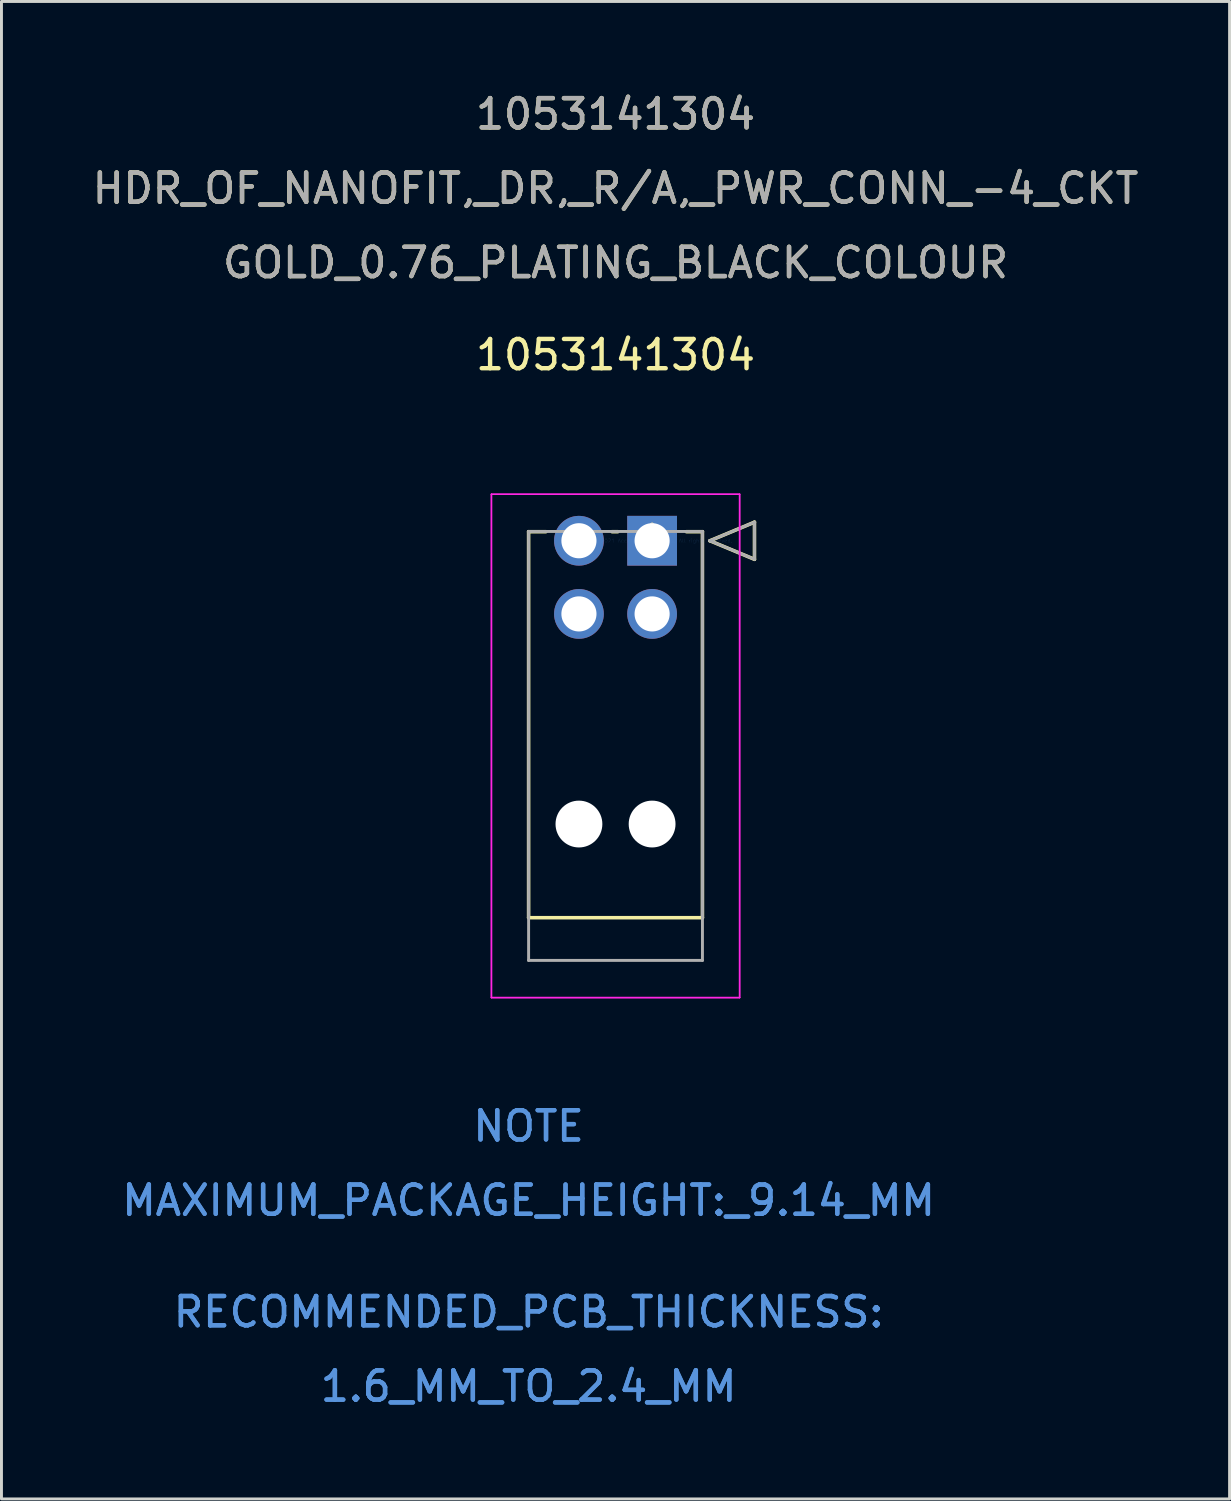
<source format=kicad_pcb>
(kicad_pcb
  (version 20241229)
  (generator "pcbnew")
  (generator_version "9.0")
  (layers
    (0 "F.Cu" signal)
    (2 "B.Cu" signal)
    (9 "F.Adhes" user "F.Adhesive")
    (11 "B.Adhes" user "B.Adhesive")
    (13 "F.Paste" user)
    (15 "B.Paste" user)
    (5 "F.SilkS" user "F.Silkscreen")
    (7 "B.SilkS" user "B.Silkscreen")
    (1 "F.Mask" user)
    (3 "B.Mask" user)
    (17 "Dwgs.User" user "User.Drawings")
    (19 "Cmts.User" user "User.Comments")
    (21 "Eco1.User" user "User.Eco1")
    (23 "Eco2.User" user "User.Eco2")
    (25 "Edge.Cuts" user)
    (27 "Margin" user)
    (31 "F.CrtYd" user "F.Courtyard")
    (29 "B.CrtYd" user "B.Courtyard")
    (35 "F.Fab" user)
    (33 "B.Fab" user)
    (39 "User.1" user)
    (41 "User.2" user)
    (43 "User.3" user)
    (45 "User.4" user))
  (footprint "1053141304"
    (layer "F.Cu")
    (at 19.232 15.427)
    (property "Reference" "1053141304" (at -1.25 -6.35 0) (layer "F.SilkS") (effects (font (size 1 1) (thickness 0.15))))
    (attr through_hole)
    (fp_line (start -4.22 -0.31) (end -4.22 12.88) (stroke (width 0.12) (type solid)) (layer "F.SilkS"))
    (fp_line (start -4.22 12.88) (end 1.72 12.88) (stroke (width 0.12) (type solid)) (layer "F.SilkS"))
    (fp_line (start -3.628 -0.31) (end -4.22 -0.31) (stroke (width 0.12) (type solid)) (layer "F.SilkS"))
    (fp_line (start -1.17 -0.31) (end -1.372 -0.31) (stroke (width 0.12) (type solid)) (layer "F.SilkS"))
    (fp_line (start 1.72 -0.31) (end 1.17 -0.31) (stroke (width 0.12) (type solid)) (layer "F.SilkS"))
    (fp_line (start 1.72 12.88) (end 1.72 -0.31) (stroke (width 0.12) (type solid)) (layer "F.SilkS"))
    (fp_line (start 1.974 0) (end 3.498 -0.635) (stroke (width 0.12) (type solid)) (layer "F.SilkS"))
    (fp_line (start 3.498 -0.635) (end 3.498 0.635) (stroke (width 0.12) (type solid)) (layer "F.SilkS"))
    (fp_line (start 3.498 0.635) (end 1.974 0) (stroke (width 0.12) (type solid)) (layer "F.SilkS"))
    (fp_line (start -5.49 -1.588) (end -5.49 15.61) (stroke (width 0.05) (type solid)) (layer "F.CrtYd"))
    (fp_line (start -5.49 -1.588) (end -5.49 15.61) (stroke (width 0.05) (type solid)) (layer "F.CrtYd"))
    (fp_line (start -5.49 15.61) (end 2.99 15.61) (stroke (width 0.05) (type solid)) (layer "F.CrtYd"))
    (fp_line (start -5.49 15.61) (end 2.99 15.61) (stroke (width 0.05) (type solid)) (layer "F.CrtYd"))
    (fp_line (start 2.99 -1.588) (end -5.49 -1.588) (stroke (width 0.05) (type solid)) (layer "F.CrtYd"))
    (fp_line (start 2.99 -1.588) (end -5.49 -1.588) (stroke (width 0.05) (type solid)) (layer "F.CrtYd"))
    (fp_line (start 2.99 15.61) (end 2.99 -1.588) (stroke (width 0.05) (type solid)) (layer "F.CrtYd"))
    (fp_line (start 2.99 15.61) (end 2.99 -1.588) (stroke (width 0.05) (type solid)) (layer "F.CrtYd"))
    (fp_line (start -4.22 -0.318) (end -4.22 14.34) (stroke (width 0.1) (type solid)) (layer "F.Fab"))
    (fp_line (start -4.22 14.34) (end 1.72 14.34) (stroke (width 0.1) (type solid)) (layer "F.Fab"))
    (fp_line (start 1.72 -0.318) (end -4.22 -0.318) (stroke (width 0.1) (type solid)) (layer "F.Fab"))
    (fp_line (start 1.72 14.34) (end 1.72 -0.318) (stroke (width 0.1) (type solid)) (layer "F.Fab"))
    (fp_line (start 1.974 0) (end 3.498 -0.635) (stroke (width 0.1) (type solid)) (layer "F.Fab"))
    (fp_line (start 3.498 -0.635) (end 3.498 0.635) (stroke (width 0.1) (type solid)) (layer "F.Fab"))
    (fp_line (start 3.498 0.635) (end 1.974 0) (stroke (width 0.1) (type solid)) (layer "F.Fab"))
    (fp_text user "GOLD_0.76_PLATING_BLACK_COLOUR" (at -1.25 -9.499 0) (layer "F.SilkS") (effects (font (size 1 1) (thickness 0.15))))
    (fp_text user "*" (at 0 0 0) (layer "F.SilkS") (effects (font (size 1 1) (thickness 0.15))))
    (fp_text user "HDR_OF_NANOFIT,_DR,_R/A,_PWR_CONN_-4_CKT" (at -1.25 -12.039 0) (layer "F.SilkS") (effects (font (size 1 1) (thickness 0.15))))
    (fp_text user "1053141304" (at -1.25 -14.579 0) (layer "F.SilkS") (effects (font (size 1 1) (thickness 0.15))))
    (fp_text user "NOTE" (at -4.22 20.002 0) (layer "Cmts.User") (effects (font (size 1 1) (thickness 0.15))))
    (fp_text user "MAXIMUM_PACKAGE_HEIGHT:_9.14_MM" (at -4.22 22.542 0) (layer "Cmts.User") (effects (font (size 1 1) (thickness 0.15))))
    (fp_text user "NOTE" (at -4.22 20.002 0) (layer "Cmts.User") (effects (font (size 1 1) (thickness 0.15))))
    (fp_text user "RECOMMENDED_PCB_THICKNESS:" (at -4.22 26.352 0) (layer "Cmts.User") (effects (font (size 1 1) (thickness 0.15))))
    (fp_text user "RECOMMENDED_PCB_THICKNESS:" (at -4.22 26.352 0) (layer "Cmts.User") (effects (font (size 1 1) (thickness 0.15))))
    (fp_text user "1.6_MM_TO_2.4_MM" (at -4.22 28.892 0) (layer "Cmts.User") (effects (font (size 1 1) (thickness 0.15))))
    (fp_text user "Copyright 2021 Accelerated Designs. All rights reserved." (at 0 0 0) (layer "Cmts.User") (effects (font (size 0.127 0.127) (thickness 0.002))))
    (fp_text user "MAXIMUM_PACKAGE_HEIGHT:_9.14_MM" (at -4.22 22.542 0) (layer "Cmts.User") (effects (font (size 1 1) (thickness 0.15))))
    (fp_text user "1.6_MM_TO_2.4_MM" (at -4.22 28.892 0) (layer "Cmts.User") (effects (font (size 1 1) (thickness 0.15))))
    (fp_text user "1053141304" (at -1.25 -14.579 0) (layer "F.Fab") (effects (font (size 1 1) (thickness 0.15))))
    (fp_text user "*" (at 0 0 0) (layer "F.Fab") (effects (font (size 1 1) (thickness 0.15))))
    (fp_text user "GOLD_0.76_PLATING_BLACK_COLOUR" (at -1.25 -9.499 0) (layer "F.Fab") (effects (font (size 1 1) (thickness 0.15))))
    (fp_text user "HDR_OF_NANOFIT,_DR,_R/A,_PWR_CONN_-4_CKT" (at -1.25 -12.039 0) (layer "F.Fab") (effects (font (size 1 1) (thickness 0.15))))
    (pad "" np_thru_hole circle (at -2.5 9.68) (size 1.6 1.6) (drill 1.6) (layers "*.Cu" "*.Mask"))
    (pad "" np_thru_hole circle (at 0 9.68) (size 1.6 1.6) (drill 1.6) (layers "*.Cu" "*.Mask"))
    (pad "1" thru_hole rect (at 0 0) (size 1.7 1.7) (drill 1.2) (layers "*.Cu" "*.Mask"))
    (pad "2" thru_hole circle (at -2.5 0) (size 1.7 1.7) (drill 1.2) (layers "*.Cu" "*.Mask"))
    (pad "3" thru_hole circle (at 0 2.5) (size 1.7 1.7) (drill 1.2) (layers "*.Cu" "*.Mask"))
    (pad "4" thru_hole circle (at -2.5 2.5) (size 1.7 1.7) (drill 1.2) (layers "*.Cu" "*.Mask")))
  (gr_rect
    (start -3 -3)
    (end 38.964 48.167)
    (stroke (width 0.1) (type default))
    (fill no)
    (layer "Edge.Cuts")))
</source>
